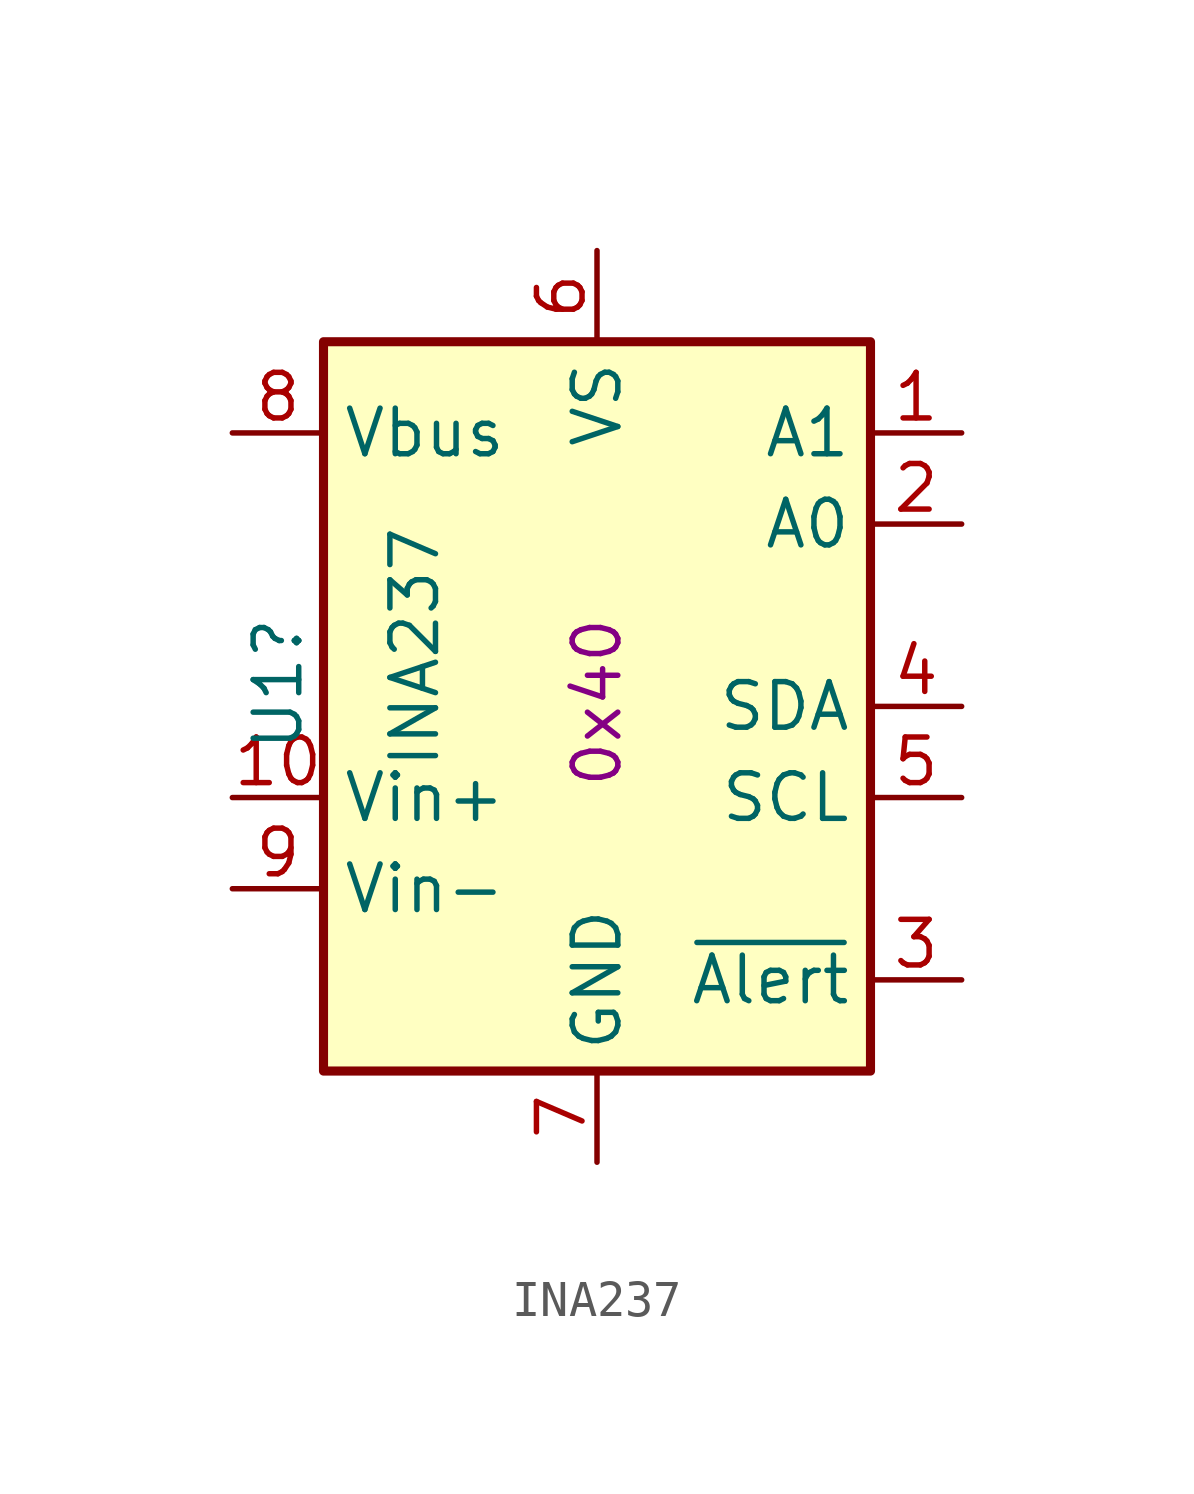
<source format=kicad_sym>
(kicad_symbol_lib
  (version 20211014)
  (generator kicad_symbol_editor)
  (symbol "INA237"
    (property "Reference" "U1"
      (at -8.89 2.54 90)
      (effects (font (size 1.27 1.27)) (justify right)))
    (property "Value" "INA237"
      (at -5.08 5.08 90)
      (effects (font (size 1.27 1.27)) (justify right)))
    (property "I2C addr" "0x40"
      (at 0 2.54 90)
      (effects (font (size 1.27 1.27)) (justify right)))
    (symbol "INA237_0_1"
      (rectangle (start 7.62 10.16) (end -7.62 -10.16) (stroke (width 0.254) (type default) (color 0 0 0 0)) (fill (type background))))
    (symbol "INA237_1_1"
      (pin input line (at 10.16 7.62 180) (length 2.54) (name "A1" (effects (font (size 1.27 1.27)))) (number "1" (effects (font (size 1.27 1.27)))))
      (pin input line (at -10.16 -2.54 0) (length 2.54) (name "Vin+" (effects (font (size 1.27 1.27)))) (number "10" (effects (font (size 1.27 1.27)))))
      (pin input line (at 10.16 5.08 180) (length 2.54) (name "A0" (effects (font (size 1.27 1.27)))) (number "2" (effects (font (size 1.27 1.27)))))
      (pin open_collector line (at 10.16 -7.62 180) (length 2.54) (name "~{Alert}" (effects (font (size 1.27 1.27)))) (number "3" (effects (font (size 1.27 1.27)))))
      (pin bidirectional line (at 10.16 0 180) (length 2.54) (name "SDA" (effects (font (size 1.27 1.27)))) (number "4" (effects (font (size 1.27 1.27)))))
      (pin input line (at 10.16 -2.54 180) (length 2.54) (name "SCL" (effects (font (size 1.27 1.27)))) (number "5" (effects (font (size 1.27 1.27)))))
      (pin power_in line (at 0 12.7 270) (length 2.54) (name "VS" (effects (font (size 1.27 1.27)))) (number "6" (effects (font (size 1.27 1.27)))))
      (pin power_in line (at 0 -12.7 90) (length 2.54) (name "GND" (effects (font (size 1.27 1.27)))) (number "7" (effects (font (size 1.27 1.27)))))
      (pin input line (at -10.16 7.62 0) (length 2.54) (name "Vbus" (effects (font (size 1.27 1.27)))) (number "8" (effects (font (size 1.27 1.27)))))
      (pin input line (at -10.16 -5.08 0) (length 2.54) (name "Vin-" (effects (font (size 1.27 1.27)))) (number "9" (effects (font (size 1.27 1.27))))))))
</source>
